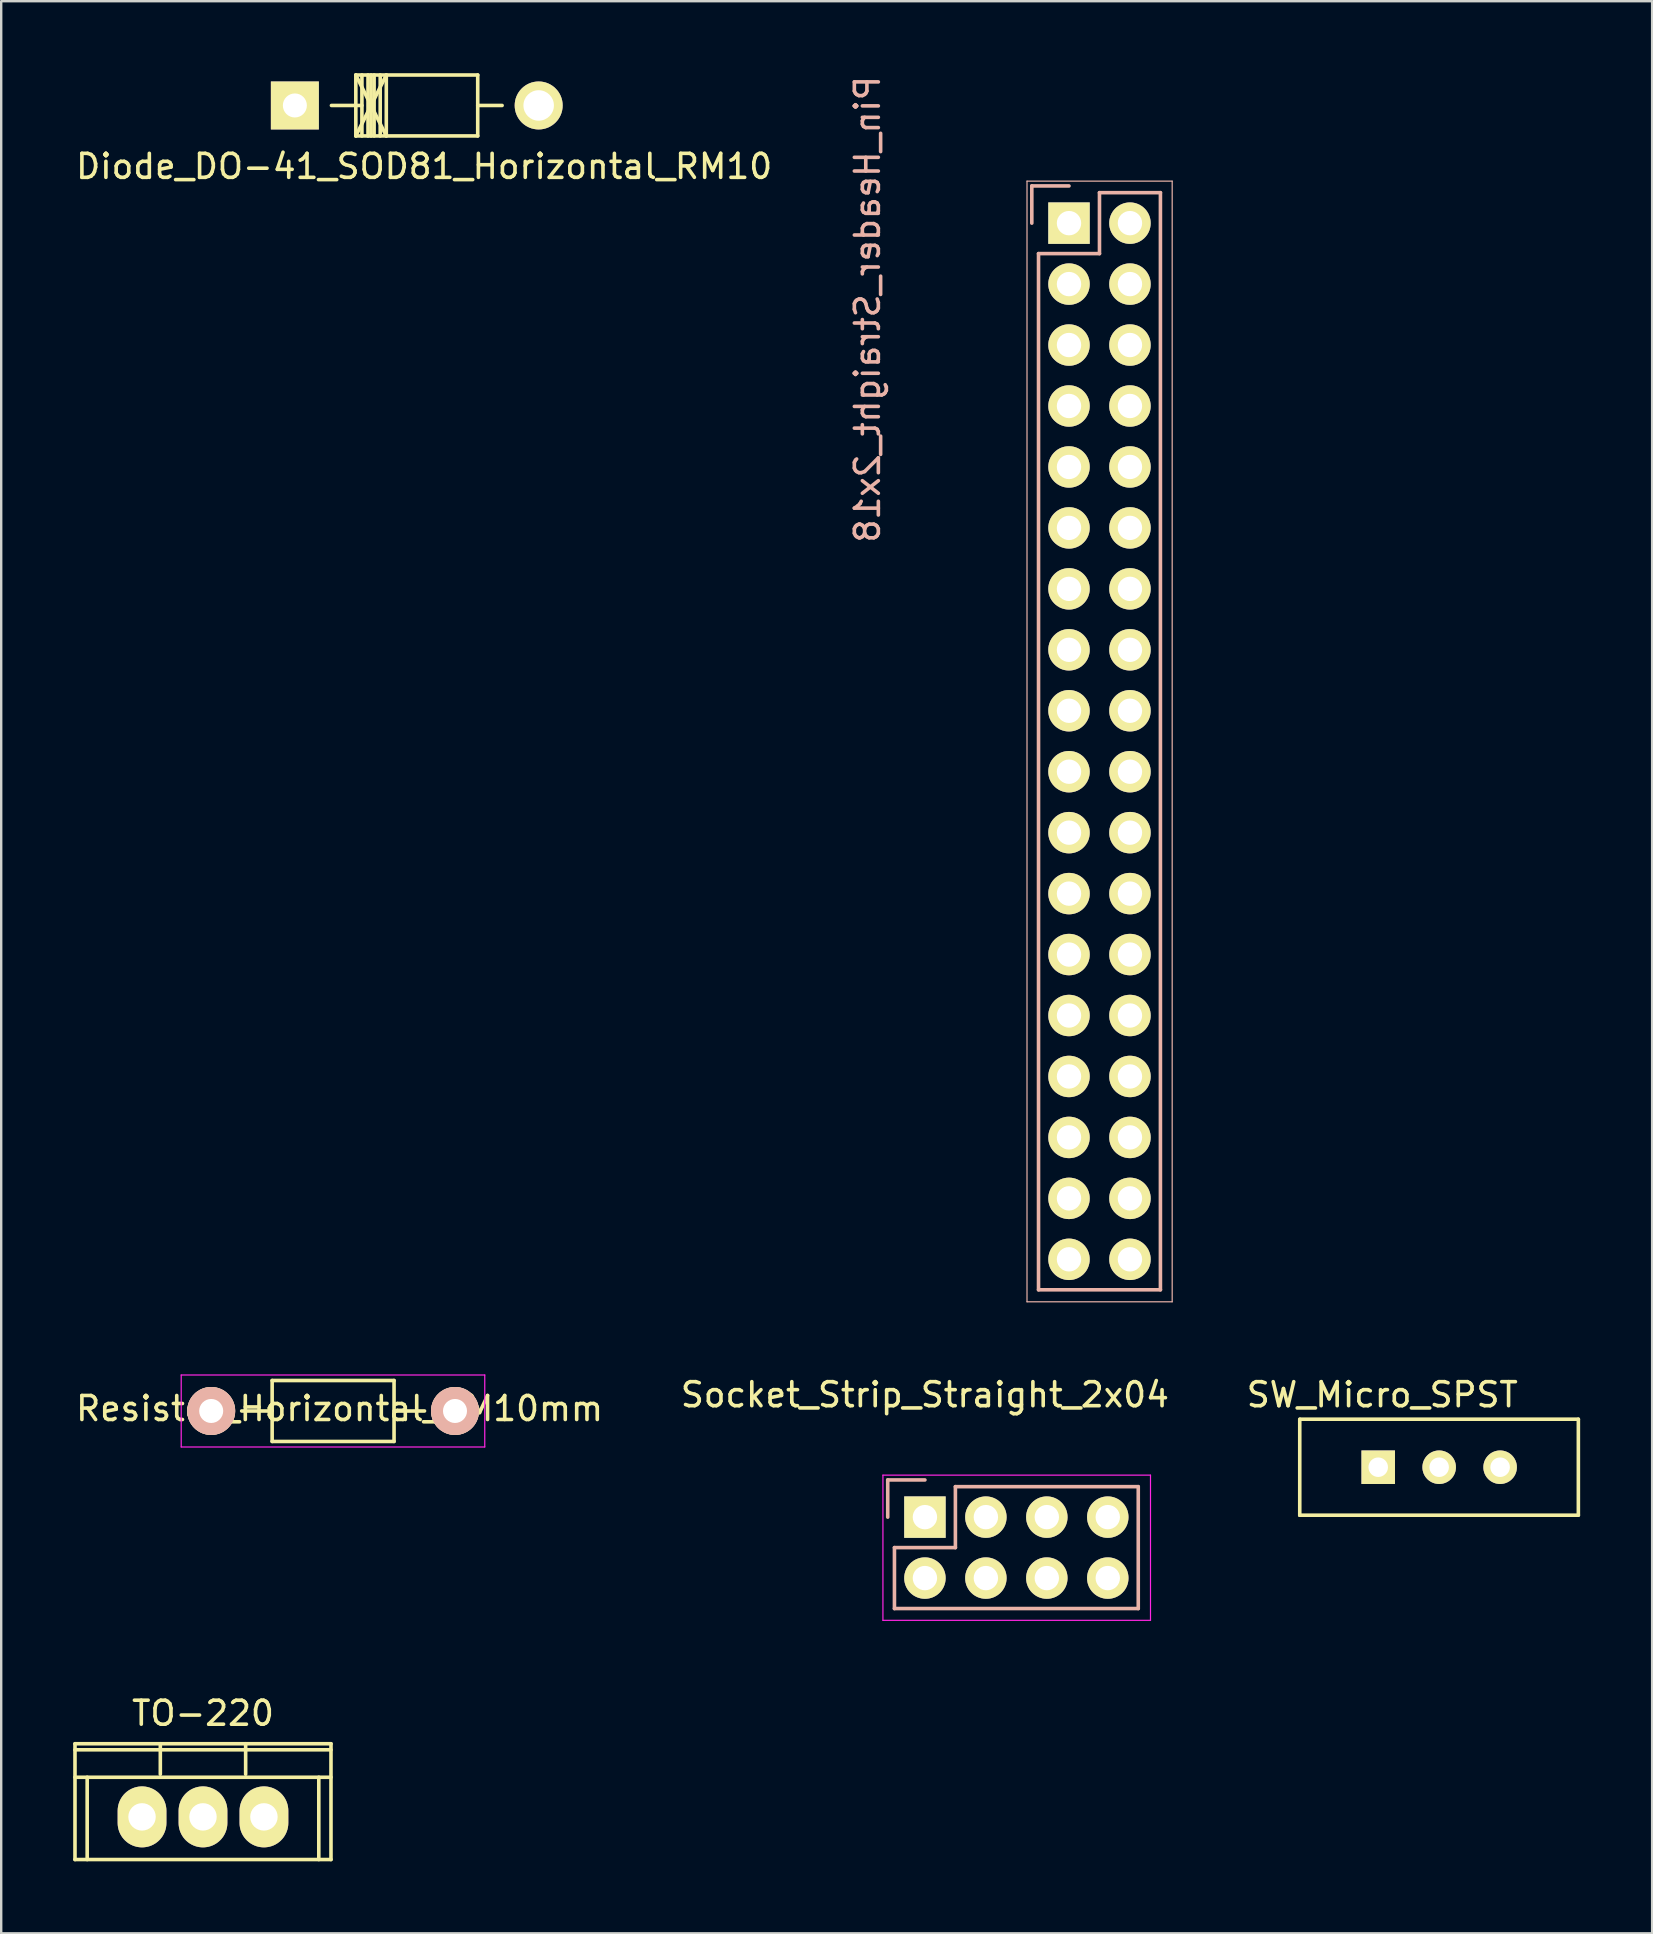
<source format=kicad_pcb>
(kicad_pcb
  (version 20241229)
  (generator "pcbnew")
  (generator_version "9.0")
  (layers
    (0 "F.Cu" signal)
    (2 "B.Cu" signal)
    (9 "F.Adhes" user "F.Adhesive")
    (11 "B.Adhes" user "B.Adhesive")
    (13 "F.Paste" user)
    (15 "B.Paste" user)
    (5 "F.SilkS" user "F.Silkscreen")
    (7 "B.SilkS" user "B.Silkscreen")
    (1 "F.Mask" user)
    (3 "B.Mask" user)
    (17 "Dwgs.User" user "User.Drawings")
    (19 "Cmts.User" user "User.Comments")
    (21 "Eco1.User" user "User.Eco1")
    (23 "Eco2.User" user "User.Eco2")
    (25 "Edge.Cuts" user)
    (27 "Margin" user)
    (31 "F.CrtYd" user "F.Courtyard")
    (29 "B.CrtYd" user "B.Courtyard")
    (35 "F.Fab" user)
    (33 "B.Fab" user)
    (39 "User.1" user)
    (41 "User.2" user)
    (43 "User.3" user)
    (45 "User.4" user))
  (footprint "Resistor_Horizontal_RM10mm"
    (layer "F.Cu")
    (at 5.751 55.749)
    (property "Reference" "Resistor_Horizontal_RM10mm" (at 5.35 -0.1 0) (layer "F.SilkS") (effects (font (size 1 1) (thickness 0.15))))
    (attr through_hole)
    (fp_line (start 2.54 -1.27) (end 7.62 -1.27) (stroke (width 0.15) (type solid)) (layer "F.SilkS"))
    (fp_line (start 2.54 0) (end 1.27 0) (stroke (width 0.15) (type solid)) (layer "F.SilkS"))
    (fp_line (start 2.54 1.27) (end 2.54 -1.27) (stroke (width 0.15) (type solid)) (layer "F.SilkS"))
    (fp_line (start 7.62 -1.27) (end 7.62 1.27) (stroke (width 0.15) (type solid)) (layer "F.SilkS"))
    (fp_line (start 7.62 0) (end 8.89 0) (stroke (width 0.15) (type solid)) (layer "F.SilkS"))
    (fp_line (start 7.62 1.27) (end 2.54 1.27) (stroke (width 0.15) (type solid)) (layer "F.SilkS"))
    (fp_line (start -1.25 -1.5) (end 11.4 -1.5) (stroke (width 0.05) (type solid)) (layer "F.CrtYd"))
    (fp_line (start -1.25 1.5) (end -1.25 -1.5) (stroke (width 0.05) (type solid)) (layer "F.CrtYd"))
    (fp_line (start -1.25 1.5) (end 11.4 1.5) (stroke (width 0.05) (type solid)) (layer "F.CrtYd"))
    (fp_line (start 11.4 -1.5) (end 11.4 1.5) (stroke (width 0.05) (type solid)) (layer "F.CrtYd"))
    (pad "1" thru_hole circle (at 0 0) (size 1.999 1.999) (drill 1.001) (layers "*.Cu" "*.SilkS" "*.Mask"))
    (pad "2" thru_hole circle (at 10.16 0) (size 1.999 1.999) (drill 1.001) (layers "*.Cu" "*.SilkS" "*.Mask")))
  (footprint "TO-220"
    (layer "F.Cu")
    (at 5.409 72.664)
    (property "Reference" "TO-220" (at 0 -4.318 0) (layer "F.SilkS") (effects (font (size 1 1) (thickness 0.15))))
    (attr through_hole)
    (fp_line (start -5.334 -3.048) (end -5.334 1.778) (stroke (width 0.15) (type solid)) (layer "F.SilkS"))
    (fp_line (start -5.334 -1.651) (end 5.334 -1.651) (stroke (width 0.15) (type solid)) (layer "F.SilkS"))
    (fp_line (start -4.826 -1.651) (end -4.826 1.778) (stroke (width 0.15) (type solid)) (layer "F.SilkS"))
    (fp_line (start -1.778 -1.778) (end -1.778 -3.048) (stroke (width 0.15) (type solid)) (layer "F.SilkS"))
    (fp_line (start 1.778 -1.778) (end 1.778 -3.048) (stroke (width 0.15) (type solid)) (layer "F.SilkS"))
    (fp_line (start 4.826 -1.651) (end 4.826 1.778) (stroke (width 0.15) (type solid)) (layer "F.SilkS"))
    (fp_line (start 5.334 -3.048) (end -5.334 -3.048) (stroke (width 0.15) (type solid)) (layer "F.SilkS"))
    (fp_line (start 5.334 -3.048) (end 5.334 1.778) (stroke (width 0.15) (type solid)) (layer "F.SilkS"))
    (fp_line (start 5.334 -2.794) (end -5.334 -2.794) (stroke (width 0.15) (type solid)) (layer "F.SilkS"))
    (fp_line (start 5.334 1.778) (end -5.334 1.778) (stroke (width 0.15) (type solid)) (layer "F.SilkS"))
    (pad "1" thru_hole oval (at -2.54 0) (size 2.032 2.54) (drill 1.143) (layers "*.Cu" "*.Mask" "F.SilkS"))
    (pad "2" thru_hole oval (at 0 0) (size 2.032 2.54) (drill 1.143) (layers "*.Cu" "*.Mask" "F.SilkS"))
    (pad "3" thru_hole oval (at 2.54 0) (size 2.032 2.54) (drill 1.143) (layers "*.Cu" "*.Mask" "F.SilkS")))
  (footprint "Diode_DO-41_SOD81_Horizontal_RM10"
    (layer "F.Cu")
    (at 9.238 1.348)
    (property "Reference" "Diode_DO-41_SOD81_Horizontal_RM10" (at 5.387 2.537 0) (layer "F.SilkS") (effects (font (size 1 1) (thickness 0.15))))
    (attr through_hole)
    (fp_line (start 2.54 -1.273) (end 3.81 1.267) (stroke (width 0.15) (type solid)) (layer "F.SilkS"))
    (fp_line (start 2.54 -1.273) (end 7.62 -1.273) (stroke (width 0.15) (type solid)) (layer "F.SilkS"))
    (fp_line (start 2.54 1.267) (end 2.54 -1.273) (stroke (width 0.15) (type solid)) (layer "F.SilkS"))
    (fp_line (start 2.794 -1.273) (end 2.794 1.267) (stroke (width 0.15) (type solid)) (layer "F.SilkS"))
    (fp_line (start 2.794 -0.003) (end 1.524 -0.003) (stroke (width 0.15) (type solid)) (layer "F.SilkS"))
    (fp_line (start 3.048 -1.273) (end 3.048 1.267) (stroke (width 0.15) (type solid)) (layer "F.SilkS"))
    (fp_line (start 3.175 -1.273) (end 3.175 1.267) (stroke (width 0.15) (type solid)) (layer "F.SilkS"))
    (fp_line (start 3.302 -1.273) (end 3.302 1.267) (stroke (width 0.15) (type solid)) (layer "F.SilkS"))
    (fp_line (start 3.556 -1.273) (end 3.556 1.267) (stroke (width 0.15) (type solid)) (layer "F.SilkS"))
    (fp_line (start 3.81 -1.273) (end 2.54 1.267) (stroke (width 0.15) (type solid)) (layer "F.SilkS"))
    (fp_line (start 3.81 -1.273) (end 3.81 1.267) (stroke (width 0.15) (type solid)) (layer "F.SilkS"))
    (fp_line (start 7.62 -1.273) (end 7.62 1.267) (stroke (width 0.15) (type solid)) (layer "F.SilkS"))
    (fp_line (start 7.62 -0.003) (end 8.636 -0.003) (stroke (width 0.15) (type solid)) (layer "F.SilkS"))
    (fp_line (start 7.62 1.267) (end 2.54 1.267) (stroke (width 0.15) (type solid)) (layer "F.SilkS"))
    (pad "1" thru_hole rect (at 0 -0.003 180) (size 1.999 1.999) (drill 1.001) (layers "*.Cu" "*.Mask" "F.SilkS"))
    (pad "2" thru_hole circle (at 10.16 -0.003 180) (size 1.999 1.999) (drill 1.27) (layers "*.Cu" "*.Mask" "F.SilkS")))
  (footprint "SW_Micro_SPST"
    (layer "F.Cu")
    (at 56.924 58.093)
    (property "Reference" "SW_Micro_SPST" (at -2.37 -3.02 0) (layer "F.SilkS") (effects (font (size 1 1) (thickness 0.15))))
    (attr through_hole)
    (fp_line (start -5.81 -2) (end -5.81 2) (stroke (width 0.15) (type solid)) (layer "F.SilkS"))
    (fp_line (start -5.81 2) (end -5.8 2) (stroke (width 0.15) (type solid)) (layer "F.SilkS"))
    (fp_line (start -5.8 -2) (end 5.8 -2) (stroke (width 0.15) (type solid)) (layer "F.SilkS"))
    (fp_line (start 5.8 -2) (end 5.8 2) (stroke (width 0.15) (type solid)) (layer "F.SilkS"))
    (fp_line (start 5.8 2) (end -5.8 2) (stroke (width 0.15) (type solid)) (layer "F.SilkS"))
    (pad "1" thru_hole rect (at -2.54 0) (size 1.397 1.397) (drill 0.813) (layers "*.Cu" "*.Mask" "F.SilkS"))
    (pad "2" thru_hole circle (at 0 0) (size 1.397 1.397) (drill 0.813) (layers "*.Cu" "*.Mask" "F.SilkS"))
    (pad "3" thru_hole circle (at 2.54 0) (size 1.397 1.397) (drill 0.813) (layers "*.Cu" "*.Mask" "F.SilkS")))
  (footprint "Socket_Strip_Straight_2x04"
    (layer "F.Cu")
    (at 35.494 60.173)
    (property "Reference" "Socket_Strip_Straight_2x04" (at 0 -5.1 0) (layer "F.SilkS") (effects (font (size 1 1) (thickness 0.15))))
    (attr through_hole)
    (fp_line (start -1.55 -1.55) (end -1.55 0) (stroke (width 0.15) (type solid)) (layer "B.SilkS"))
    (fp_line (start -1.27 1.27) (end 1.27 1.27) (stroke (width 0.15) (type solid)) (layer "B.SilkS"))
    (fp_line (start -1.27 3.81) (end -1.27 1.27) (stroke (width 0.15) (type solid)) (layer "B.SilkS"))
    (fp_line (start 0 -1.55) (end -1.55 -1.55) (stroke (width 0.15) (type solid)) (layer "B.SilkS"))
    (fp_line (start 1.27 -1.27) (end 8.89 -1.27) (stroke (width 0.15) (type solid)) (layer "B.SilkS"))
    (fp_line (start 1.27 1.27) (end 1.27 -1.27) (stroke (width 0.15) (type solid)) (layer "B.SilkS"))
    (fp_line (start 8.89 -1.27) (end 8.89 3.81) (stroke (width 0.15) (type solid)) (layer "B.SilkS"))
    (fp_line (start 8.89 3.81) (end -1.27 3.81) (stroke (width 0.15) (type solid)) (layer "B.SilkS"))
    (fp_line (start -1.75 -1.75) (end -1.75 4.3) (stroke (width 0.05) (type solid)) (layer "F.CrtYd"))
    (fp_line (start -1.75 -1.75) (end 9.4 -1.75) (stroke (width 0.05) (type solid)) (layer "F.CrtYd"))
    (fp_line (start -1.75 4.3) (end 9.4 4.3) (stroke (width 0.05) (type solid)) (layer "F.CrtYd"))
    (fp_line (start 9.4 -1.75) (end 9.4 4.3) (stroke (width 0.05) (type solid)) (layer "F.CrtYd"))
    (pad "1" thru_hole rect (at 0 0) (size 1.727 1.727) (drill 1.016) (layers "*.Cu" "*.Mask" "F.SilkS"))
    (pad "2" thru_hole oval (at 0 2.54) (size 1.727 1.727) (drill 1.016) (layers "*.Cu" "*.Mask" "F.SilkS"))
    (pad "3" thru_hole oval (at 2.54 0) (size 1.727 1.727) (drill 1.016) (layers "*.Cu" "*.Mask" "F.SilkS"))
    (pad "4" thru_hole oval (at 2.54 2.54) (size 1.727 1.727) (drill 1.016) (layers "*.Cu" "*.Mask" "F.SilkS"))
    (pad "5" thru_hole oval (at 5.08 0) (size 1.727 1.727) (drill 1.016) (layers "*.Cu" "*.Mask" "F.SilkS"))
    (pad "6" thru_hole oval (at 5.08 2.54) (size 1.727 1.727) (drill 1.016) (layers "*.Cu" "*.Mask" "F.SilkS"))
    (pad "7" thru_hole oval (at 7.62 0) (size 1.727 1.727) (drill 1.016) (layers "*.Cu" "*.Mask" "F.SilkS"))
    (pad "8" thru_hole oval (at 7.62 2.54) (size 1.727 1.727) (drill 1.016) (layers "*.Cu" "*.Mask" "F.SilkS")))
  (footprint "Pin_Header_Straight_2x18"
    (layer "F.Cu")
    (at 41.498 6.249)
    (property "Reference" "Pin_Header_Straight_2x18" (at -8.4 3.59 270) (layer "B.SilkS") (effects (font (size 1 1) (thickness 0.15)) (justify mirror)))
    (attr through_hole)
    (fp_line (start -1.75 -1.75) (end -1.75 44.95) (stroke (width 0.05) (type solid)) (layer "B.SilkS"))
    (fp_line (start -1.75 -1.75) (end 4.3 -1.75) (stroke (width 0.05) (type solid)) (layer "B.SilkS"))
    (fp_line (start -1.75 44.95) (end 4.3 44.95) (stroke (width 0.05) (type solid)) (layer "B.SilkS"))
    (fp_line (start -1.55 -1.55) (end -1.55 0) (stroke (width 0.15) (type solid)) (layer "B.SilkS"))
    (fp_line (start -1.27 44.45) (end -1.27 1.27) (stroke (width 0.15) (type solid)) (layer "B.SilkS"))
    (fp_line (start 0 -1.55) (end -1.55 -1.55) (stroke (width 0.15) (type solid)) (layer "B.SilkS"))
    (fp_line (start 1.27 -1.27) (end 1.27 1.27) (stroke (width 0.15) (type solid)) (layer "B.SilkS"))
    (fp_line (start 1.27 1.27) (end -1.27 1.27) (stroke (width 0.15) (type solid)) (layer "B.SilkS"))
    (fp_line (start 3.81 -1.27) (end 1.27 -1.27) (stroke (width 0.15) (type solid)) (layer "B.SilkS"))
    (fp_line (start 3.81 -1.27) (end 3.81 44.45) (stroke (width 0.15) (type solid)) (layer "B.SilkS"))
    (fp_line (start 3.81 44.45) (end -1.27 44.45) (stroke (width 0.15) (type solid)) (layer "B.SilkS"))
    (fp_line (start 4.3 -1.75) (end 4.3 44.95) (stroke (width 0.05) (type solid)) (layer "B.SilkS"))
    (pad "1" thru_hole rect (at 0 0) (size 1.727 1.727) (drill 1.016) (layers "*.Cu" "*.Mask" "F.SilkS"))
    (pad "2" thru_hole oval (at 2.54 0) (size 1.727 1.727) (drill 1.016) (layers "*.Cu" "*.Mask" "F.SilkS"))
    (pad "3" thru_hole oval (at 0 2.54) (size 1.727 1.727) (drill 1.016) (layers "*.Cu" "*.Mask" "F.SilkS"))
    (pad "4" thru_hole oval (at 2.54 2.54) (size 1.727 1.727) (drill 1.016) (layers "*.Cu" "*.Mask" "F.SilkS"))
    (pad "5" thru_hole oval (at 0 5.08) (size 1.727 1.727) (drill 1.016) (layers "*.Cu" "*.Mask" "F.SilkS"))
    (pad "6" thru_hole oval (at 2.54 5.08) (size 1.727 1.727) (drill 1.016) (layers "*.Cu" "*.Mask" "F.SilkS"))
    (pad "7" thru_hole oval (at 0 7.62) (size 1.727 1.727) (drill 1.016) (layers "*.Cu" "*.Mask" "F.SilkS"))
    (pad "8" thru_hole oval (at 2.54 7.62) (size 1.727 1.727) (drill 1.016) (layers "*.Cu" "*.Mask" "F.SilkS"))
    (pad "9" thru_hole oval (at 0 10.16) (size 1.727 1.727) (drill 1.016) (layers "*.Cu" "*.Mask" "F.SilkS"))
    (pad "10" thru_hole oval (at 2.54 10.16) (size 1.727 1.727) (drill 1.016) (layers "*.Cu" "*.Mask" "F.SilkS"))
    (pad "11" thru_hole oval (at 0 12.7) (size 1.727 1.727) (drill 1.016) (layers "*.Cu" "*.Mask" "F.SilkS"))
    (pad "12" thru_hole oval (at 2.54 12.7) (size 1.727 1.727) (drill 1.016) (layers "*.Cu" "*.Mask" "F.SilkS"))
    (pad "13" thru_hole oval (at 0 15.24) (size 1.727 1.727) (drill 1.016) (layers "*.Cu" "*.Mask" "F.SilkS"))
    (pad "14" thru_hole oval (at 2.54 15.24) (size 1.727 1.727) (drill 1.016) (layers "*.Cu" "*.Mask" "F.SilkS"))
    (pad "15" thru_hole oval (at 0 17.78) (size 1.727 1.727) (drill 1.016) (layers "*.Cu" "*.Mask" "F.SilkS"))
    (pad "16" thru_hole oval (at 2.54 17.78) (size 1.727 1.727) (drill 1.016) (layers "*.Cu" "*.Mask" "F.SilkS"))
    (pad "17" thru_hole oval (at 0 20.32) (size 1.727 1.727) (drill 1.016) (layers "*.Cu" "*.Mask" "F.SilkS"))
    (pad "18" thru_hole oval (at 2.54 20.32) (size 1.727 1.727) (drill 1.016) (layers "*.Cu" "*.Mask" "F.SilkS"))
    (pad "19" thru_hole oval (at 0 22.86) (size 1.727 1.727) (drill 1.016) (layers "*.Cu" "*.Mask" "F.SilkS"))
    (pad "20" thru_hole oval (at 2.54 22.86) (size 1.727 1.727) (drill 1.016) (layers "*.Cu" "*.Mask" "F.SilkS"))
    (pad "21" thru_hole oval (at 0 25.4) (size 1.727 1.727) (drill 1.016) (layers "*.Cu" "*.Mask" "F.SilkS"))
    (pad "22" thru_hole oval (at 2.54 25.4) (size 1.727 1.727) (drill 1.016) (layers "*.Cu" "*.Mask" "F.SilkS"))
    (pad "23" thru_hole oval (at 0 27.94) (size 1.727 1.727) (drill 1.016) (layers "*.Cu" "*.Mask" "F.SilkS"))
    (pad "24" thru_hole oval (at 2.54 27.94) (size 1.727 1.727) (drill 1.016) (layers "*.Cu" "*.Mask" "F.SilkS"))
    (pad "25" thru_hole oval (at 0 30.48) (size 1.727 1.727) (drill 1.016) (layers "*.Cu" "*.Mask" "F.SilkS"))
    (pad "26" thru_hole oval (at 2.54 30.48) (size 1.727 1.727) (drill 1.016) (layers "*.Cu" "*.Mask" "F.SilkS"))
    (pad "27" thru_hole oval (at 0 33.02) (size 1.727 1.727) (drill 1.016) (layers "*.Cu" "*.Mask" "F.SilkS"))
    (pad "28" thru_hole oval (at 2.54 33.02) (size 1.727 1.727) (drill 1.016) (layers "*.Cu" "*.Mask" "F.SilkS"))
    (pad "29" thru_hole oval (at 0 35.56) (size 1.727 1.727) (drill 1.016) (layers "*.Cu" "*.Mask" "F.SilkS"))
    (pad "30" thru_hole oval (at 2.54 35.56) (size 1.727 1.727) (drill 1.016) (layers "*.Cu" "*.Mask" "F.SilkS"))
    (pad "31" thru_hole oval (at 0 38.1) (size 1.727 1.727) (drill 1.016) (layers "*.Cu" "*.Mask" "F.SilkS"))
    (pad "32" thru_hole oval (at 2.54 38.1) (size 1.727 1.727) (drill 1.016) (layers "*.Cu" "*.Mask" "F.SilkS"))
    (pad "33" thru_hole oval (at 0 40.64) (size 1.727 1.727) (drill 1.016) (layers "*.Cu" "*.Mask" "F.SilkS"))
    (pad "34" thru_hole oval (at 2.54 40.64) (size 1.727 1.727) (drill 1.016) (layers "*.Cu" "*.Mask" "F.SilkS"))
    (pad "35" thru_hole oval (at 0 43.18) (size 1.727 1.727) (drill 1.016) (layers "*.Cu" "*.Mask" "F.SilkS"))
    (pad "36" thru_hole oval (at 2.54 43.18) (size 1.727 1.727) (drill 1.016) (layers "*.Cu" "*.Mask" "F.SilkS")))
  (gr_rect
    (start -3 -3)
    (end 65.799 77.517)
    (stroke (width 0.1) (type default))
    (fill no)
    (layer "Edge.Cuts")))
</source>
